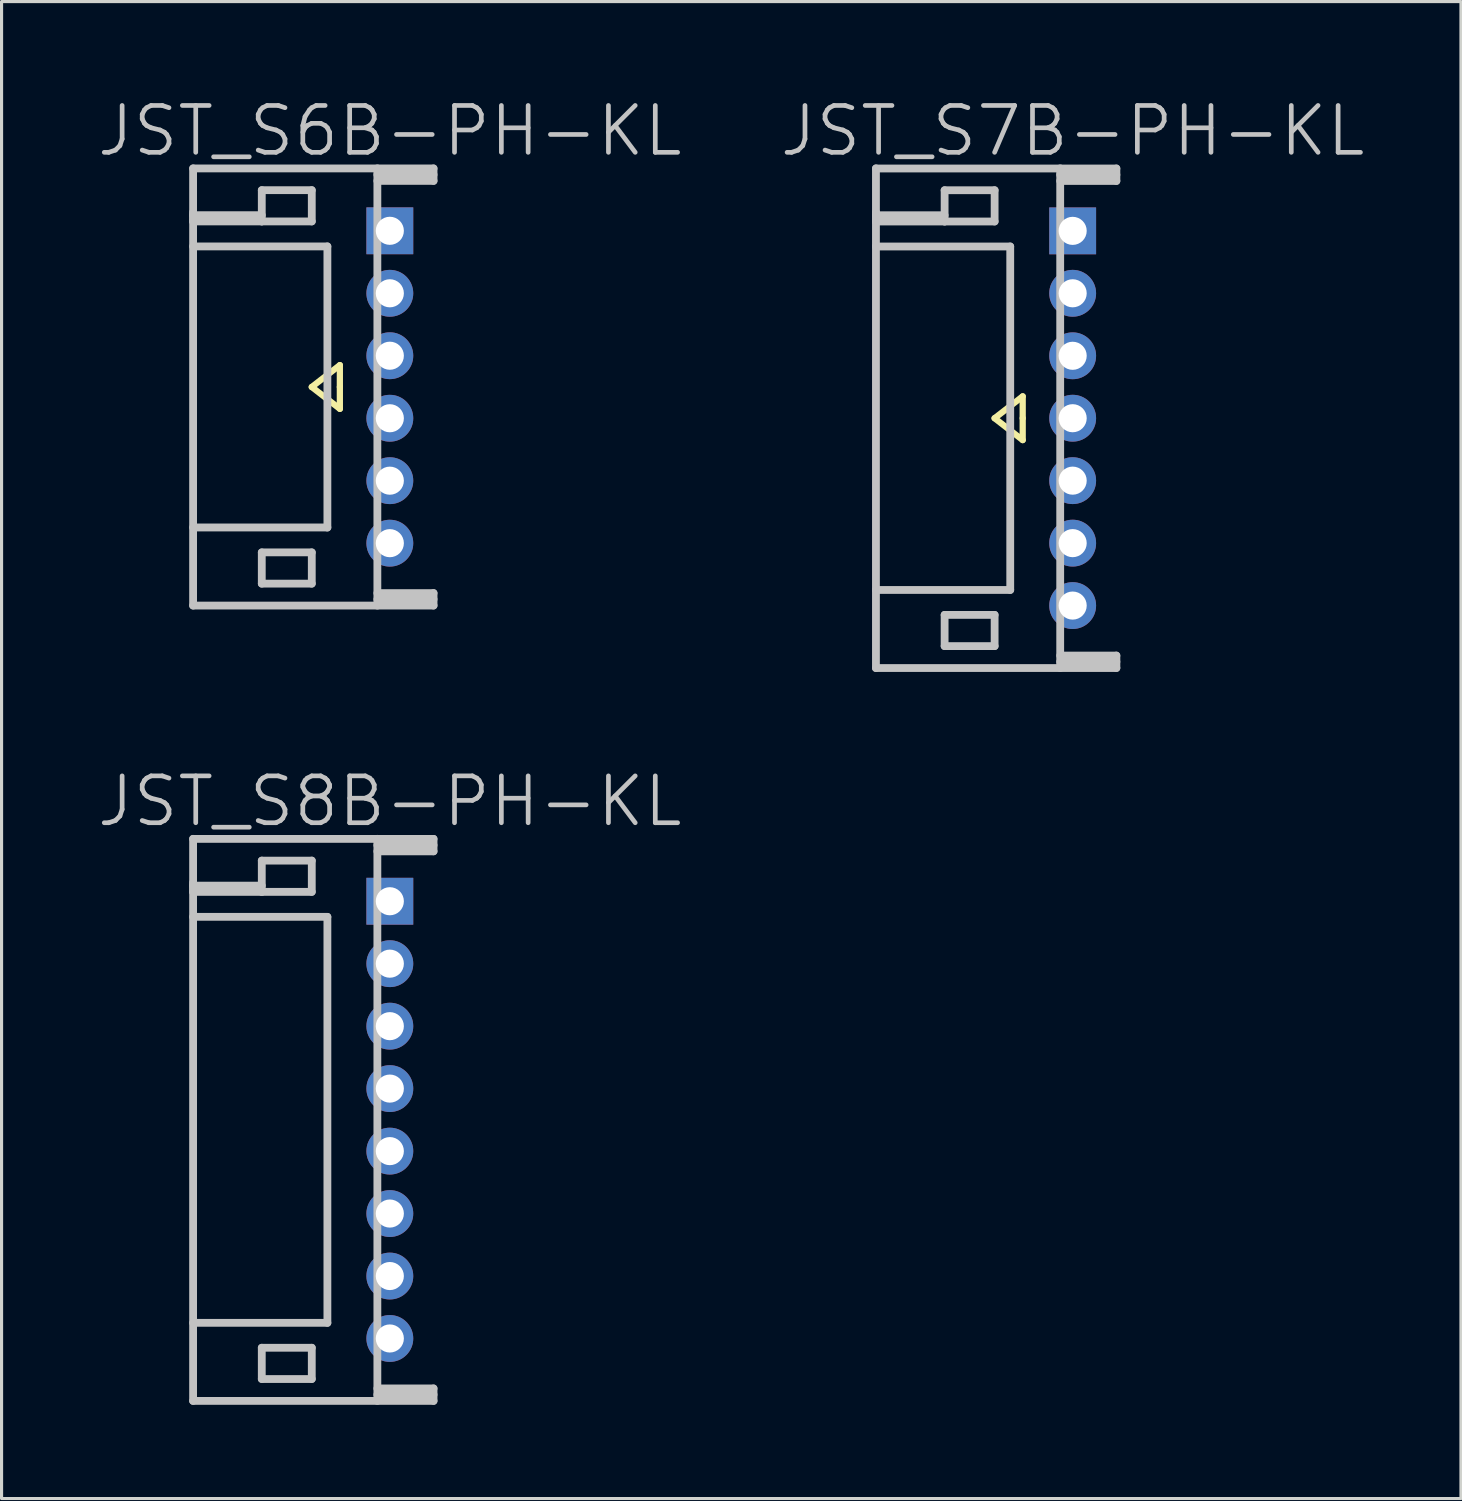
<source format=kicad_pcb>
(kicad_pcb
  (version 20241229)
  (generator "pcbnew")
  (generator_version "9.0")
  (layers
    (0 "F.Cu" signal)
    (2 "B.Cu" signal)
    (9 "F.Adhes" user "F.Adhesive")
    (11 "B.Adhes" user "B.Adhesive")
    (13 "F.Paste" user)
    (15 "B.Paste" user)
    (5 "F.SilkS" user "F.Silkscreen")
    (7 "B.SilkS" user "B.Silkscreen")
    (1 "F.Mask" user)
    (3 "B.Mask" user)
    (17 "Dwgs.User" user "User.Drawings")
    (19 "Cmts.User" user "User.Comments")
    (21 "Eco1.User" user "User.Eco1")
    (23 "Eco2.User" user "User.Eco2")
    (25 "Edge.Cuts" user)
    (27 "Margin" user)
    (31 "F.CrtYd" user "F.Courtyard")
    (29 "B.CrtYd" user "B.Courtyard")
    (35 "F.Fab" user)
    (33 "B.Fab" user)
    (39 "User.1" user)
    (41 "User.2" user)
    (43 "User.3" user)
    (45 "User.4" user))
  (footprint "JST_S7B-PH-KL"
    (layer "F.Cu")
    (at 31.296 10.341)
    (property "Reference" "JST_S7B-PH-KL" (at 0 -9.2 180) (layer "Dwgs.User") (effects (font (size 1.5 1.5) (thickness 0.15))))
    (attr through_hole)
    (fp_line (start -2.5 0) (end -1.6 0.7) (stroke (width 0.2) (type solid)) (layer "F.SilkS"))
    (fp_line (start -1.6 -0.7) (end -2.5 0) (stroke (width 0.2) (type solid)) (layer "F.SilkS"))
    (fp_line (start -1.6 0) (end -1.6 -0.7) (stroke (width 0.2) (type solid)) (layer "F.SilkS"))
    (fp_line (start -1.6 0.7) (end -1.6 0) (stroke (width 0.2) (type solid)) (layer "F.SilkS"))
    (fp_line (start -6.299 -6.499) (end -4.1 -6.499) (stroke (width 0.25) (type solid)) (layer "Dwgs.User"))
    (fp_line (start -6.299 -6.299) (end -6.299 -6.599) (stroke (width 0.25) (type solid)) (layer "Dwgs.User"))
    (fp_line (start -6.299 7.998) (end 1.4 7.998) (stroke (width 0.25) (type solid)) (layer "Dwgs.User"))
    (fp_line (start -6.299 8.001) (end -6.299 -8.001) (stroke (width 0.25) (type solid)) (layer "Dwgs.User"))
    (fp_line (start -4.1 -7.3) (end -2.499 -7.3) (stroke (width 0.25) (type solid)) (layer "Dwgs.User"))
    (fp_line (start -4.1 -6.299) (end -6.299 -6.299) (stroke (width 0.25) (type solid)) (layer "Dwgs.User"))
    (fp_line (start -4.1 -6.299) (end -4.1 -7.3) (stroke (width 0.25) (type solid)) (layer "Dwgs.User"))
    (fp_line (start -4.1 6.297) (end -2.499 6.297) (stroke (width 0.25) (type solid)) (layer "Dwgs.User"))
    (fp_line (start -4.1 7.297) (end -4.1 6.297) (stroke (width 0.25) (type solid)) (layer "Dwgs.User"))
    (fp_line (start -2.499 -7.3) (end -2.499 -6.299) (stroke (width 0.25) (type solid)) (layer "Dwgs.User"))
    (fp_line (start -2.499 -6.299) (end -4.1 -6.299) (stroke (width 0.25) (type solid)) (layer "Dwgs.User"))
    (fp_line (start -2.499 6.297) (end -2.499 7.297) (stroke (width 0.25) (type solid)) (layer "Dwgs.User"))
    (fp_line (start -2.499 7.297) (end -4.1 7.297) (stroke (width 0.25) (type solid)) (layer "Dwgs.User"))
    (fp_line (start -1.999 -5.499) (end -6.299 -5.499) (stroke (width 0.25) (type solid)) (layer "Dwgs.User"))
    (fp_line (start -1.999 -5.499) (end -1.999 5.499) (stroke (width 0.25) (type solid)) (layer "Dwgs.User"))
    (fp_line (start -1.999 5.499) (end -6.299 5.499) (stroke (width 0.25) (type solid)) (layer "Dwgs.User"))
    (fp_line (start -0.399 -8.001) (end -0.399 8.001) (stroke (width 0.25) (type solid)) (layer "Dwgs.User"))
    (fp_line (start -0.399 -7.597) (end 1.4 -7.597) (stroke (width 0.25) (type solid)) (layer "Dwgs.User"))
    (fp_line (start 1.4 -7.996) (end -6.299 -7.996) (stroke (width 0.25) (type solid)) (layer "Dwgs.User"))
    (fp_line (start 1.4 -7.795) (end -0.399 -7.795) (stroke (width 0.25) (type solid)) (layer "Dwgs.User"))
    (fp_line (start 1.4 -7.597) (end 1.4 -7.996) (stroke (width 0.25) (type solid)) (layer "Dwgs.User"))
    (fp_line (start 1.4 7.6) (end -0.399 7.6) (stroke (width 0.25) (type solid)) (layer "Dwgs.User"))
    (fp_line (start 1.4 7.798) (end -0.399 7.798) (stroke (width 0.25) (type solid)) (layer "Dwgs.User"))
    (fp_line (start 1.4 7.998) (end 1.4 7.6) (stroke (width 0.25) (type solid)) (layer "Dwgs.User"))
    (pad "1" thru_hole rect (at 0 -5.999) (size 1.5 1.5) (drill 0.9) (layers "*.Cu" "*.Mask"))
    (pad "2" thru_hole circle (at 0 -4 270) (size 1.5 1.5) (drill 0.9) (layers "*.Cu" "*.Mask"))
    (pad "3" thru_hole circle (at 0 -1.999 270) (size 1.5 1.5) (drill 0.9) (layers "*.Cu" "*.Mask"))
    (pad "4" thru_hole circle (at 0 0 270) (size 1.5 1.5) (drill 0.9) (layers "*.Cu" "*.Mask"))
    (pad "5" thru_hole circle (at 0 1.999 270) (size 1.5 1.5) (drill 0.9) (layers "*.Cu" "*.Mask"))
    (pad "6" thru_hole circle (at 0 4 270) (size 1.5 1.5) (drill 0.9) (layers "*.Cu" "*.Mask"))
    (pad "7" thru_hole circle (at 0 5.999 270) (size 1.5 1.5) (drill 0.9) (layers "*.Cu" "*.Mask")))
  (footprint "JST_S8B-PH-KL"
    (layer "F.Cu")
    (at 9.432 32.807)
    (property "Reference" "JST_S8B-PH-KL" (at 0 -10.2 180) (layer "Dwgs.User") (effects (font (size 1.5 1.5) (thickness 0.15))))
    (attr through_hole)
    (fp_line (start -6.299 -7.5) (end -4.1 -7.5) (stroke (width 0.25) (type solid)) (layer "Dwgs.User"))
    (fp_line (start -6.299 -7.3) (end -6.299 -7.6) (stroke (width 0.25) (type solid)) (layer "Dwgs.User"))
    (fp_line (start -6.299 8.999) (end -6.299 -8.999) (stroke (width 0.25) (type solid)) (layer "Dwgs.User"))
    (fp_line (start -6.299 8.999) (end 1.4 8.999) (stroke (width 0.25) (type solid)) (layer "Dwgs.User"))
    (fp_line (start -4.1 -8.301) (end -2.499 -8.301) (stroke (width 0.25) (type solid)) (layer "Dwgs.User"))
    (fp_line (start -4.1 -7.3) (end -6.299 -7.3) (stroke (width 0.25) (type solid)) (layer "Dwgs.User"))
    (fp_line (start -4.1 -7.3) (end -4.1 -8.301) (stroke (width 0.25) (type solid)) (layer "Dwgs.User"))
    (fp_line (start -4.1 7.297) (end -2.499 7.297) (stroke (width 0.25) (type solid)) (layer "Dwgs.User"))
    (fp_line (start -4.1 8.298) (end -4.1 7.297) (stroke (width 0.25) (type solid)) (layer "Dwgs.User"))
    (fp_line (start -2.499 -8.301) (end -2.499 -7.3) (stroke (width 0.25) (type solid)) (layer "Dwgs.User"))
    (fp_line (start -2.499 -7.3) (end -4.1 -7.3) (stroke (width 0.25) (type solid)) (layer "Dwgs.User"))
    (fp_line (start -2.499 7.297) (end -2.499 8.298) (stroke (width 0.25) (type solid)) (layer "Dwgs.User"))
    (fp_line (start -2.499 8.298) (end -4.1 8.298) (stroke (width 0.25) (type solid)) (layer "Dwgs.User"))
    (fp_line (start -1.999 -6.5) (end -6.299 -6.5) (stroke (width 0.25) (type solid)) (layer "Dwgs.User"))
    (fp_line (start -1.999 -6.5) (end -1.999 6.5) (stroke (width 0.25) (type solid)) (layer "Dwgs.User"))
    (fp_line (start -1.999 6.5) (end -6.299 6.5) (stroke (width 0.25) (type solid)) (layer "Dwgs.User"))
    (fp_line (start -0.399 -8.999) (end -0.399 8.999) (stroke (width 0.25) (type solid)) (layer "Dwgs.User"))
    (fp_line (start -0.399 -8.598) (end 1.4 -8.598) (stroke (width 0.25) (type solid)) (layer "Dwgs.User"))
    (fp_line (start 1.4 -8.997) (end -6.299 -8.997) (stroke (width 0.25) (type solid)) (layer "Dwgs.User"))
    (fp_line (start 1.4 -8.796) (end -0.399 -8.796) (stroke (width 0.25) (type solid)) (layer "Dwgs.User"))
    (fp_line (start 1.4 -8.598) (end 1.4 -8.997) (stroke (width 0.25) (type solid)) (layer "Dwgs.User"))
    (fp_line (start 1.4 8.6) (end -0.399 8.6) (stroke (width 0.25) (type solid)) (layer "Dwgs.User"))
    (fp_line (start 1.4 8.799) (end -0.399 8.799) (stroke (width 0.25) (type solid)) (layer "Dwgs.User"))
    (fp_line (start 1.4 8.999) (end 1.4 8.6) (stroke (width 0.25) (type solid)) (layer "Dwgs.User"))
    (pad "1" thru_hole rect (at 0 -7 270) (size 1.5 1.5) (drill 0.9) (layers "*.Cu" "*.Mask"))
    (pad "2" thru_hole circle (at 0 -5.001 270) (size 1.5 1.5) (drill 0.9) (layers "*.Cu" "*.Mask"))
    (pad "3" thru_hole circle (at 0 -3 270) (size 1.5 1.5) (drill 0.9) (layers "*.Cu" "*.Mask"))
    (pad "4" thru_hole circle (at 0 -1.001 270) (size 1.5 1.5) (drill 0.9) (layers "*.Cu" "*.Mask"))
    (pad "5" thru_hole circle (at 0 1.001 270) (size 1.5 1.5) (drill 0.9) (layers "*.Cu" "*.Mask"))
    (pad "6" thru_hole circle (at 0 3 270) (size 1.5 1.5) (drill 0.9) (layers "*.Cu" "*.Mask"))
    (pad "7" thru_hole circle (at 0 5.001 270) (size 1.5 1.5) (drill 0.9) (layers "*.Cu" "*.Mask"))
    (pad "8" thru_hole circle (at 0 7 270) (size 1.5 1.5) (drill 0.9) (layers "*.Cu" "*.Mask")))
  (footprint "JST_S6B-PH-KL"
    (layer "F.Cu")
    (at 9.432 9.341)
    (property "Reference" "JST_S6B-PH-KL" (at 0 -8.2 180) (layer "Dwgs.User") (effects (font (size 1.5 1.5) (thickness 0.15))))
    (attr through_hole)
    (fp_line (start -2.5 0) (end -1.6 0.7) (stroke (width 0.2) (type solid)) (layer "F.SilkS"))
    (fp_line (start -1.6 -0.7) (end -2.5 0) (stroke (width 0.2) (type solid)) (layer "F.SilkS"))
    (fp_line (start -1.6 0) (end -1.6 -0.7) (stroke (width 0.2) (type solid)) (layer "F.SilkS"))
    (fp_line (start -1.6 0.7) (end -1.6 0) (stroke (width 0.2) (type solid)) (layer "F.SilkS"))
    (fp_line (start -6.299 -7) (end -6.299 7) (stroke (width 0.25) (type solid)) (layer "Dwgs.User"))
    (fp_line (start -6.299 -5.501) (end -4.1 -5.501) (stroke (width 0.25) (type solid)) (layer "Dwgs.User"))
    (fp_line (start -6.299 -5.301) (end -6.299 -5.601) (stroke (width 0.25) (type solid)) (layer "Dwgs.User"))
    (fp_line (start -6.299 6.998) (end 1.4 6.998) (stroke (width 0.25) (type solid)) (layer "Dwgs.User"))
    (fp_line (start -4.1 -6.302) (end -2.499 -6.302) (stroke (width 0.25) (type solid)) (layer "Dwgs.User"))
    (fp_line (start -4.1 -5.301) (end -6.299 -5.301) (stroke (width 0.25) (type solid)) (layer "Dwgs.User"))
    (fp_line (start -4.1 -5.301) (end -4.1 -6.302) (stroke (width 0.25) (type solid)) (layer "Dwgs.User"))
    (fp_line (start -4.1 5.296) (end -2.499 5.296) (stroke (width 0.25) (type solid)) (layer "Dwgs.User"))
    (fp_line (start -4.1 6.297) (end -4.1 5.296) (stroke (width 0.25) (type solid)) (layer "Dwgs.User"))
    (fp_line (start -2.499 -6.302) (end -2.499 -5.301) (stroke (width 0.25) (type solid)) (layer "Dwgs.User"))
    (fp_line (start -2.499 -5.301) (end -4.1 -5.301) (stroke (width 0.25) (type solid)) (layer "Dwgs.User"))
    (fp_line (start -2.499 5.296) (end -2.499 6.297) (stroke (width 0.25) (type solid)) (layer "Dwgs.User"))
    (fp_line (start -2.499 6.297) (end -4.1 6.297) (stroke (width 0.25) (type solid)) (layer "Dwgs.User"))
    (fp_line (start -1.999 -4.501) (end -6.299 -4.501) (stroke (width 0.25) (type solid)) (layer "Dwgs.User"))
    (fp_line (start -1.999 -4.501) (end -1.999 4.501) (stroke (width 0.25) (type solid)) (layer "Dwgs.User"))
    (fp_line (start -1.999 4.498) (end -6.299 4.498) (stroke (width 0.25) (type solid)) (layer "Dwgs.User"))
    (fp_line (start -0.399 -6.599) (end 1.4 -6.599) (stroke (width 0.25) (type solid)) (layer "Dwgs.User"))
    (fp_line (start -0.399 7) (end -0.399 -7) (stroke (width 0.25) (type solid)) (layer "Dwgs.User"))
    (fp_line (start 1.4 -6.998) (end -6.299 -6.998) (stroke (width 0.25) (type solid)) (layer "Dwgs.User"))
    (fp_line (start 1.4 -6.797) (end -0.399 -6.797) (stroke (width 0.25) (type solid)) (layer "Dwgs.User"))
    (fp_line (start 1.4 -6.599) (end 1.4 -6.998) (stroke (width 0.25) (type solid)) (layer "Dwgs.User"))
    (fp_line (start 1.4 6.599) (end -0.399 6.599) (stroke (width 0.25) (type solid)) (layer "Dwgs.User"))
    (fp_line (start 1.4 6.797) (end -0.399 6.797) (stroke (width 0.25) (type solid)) (layer "Dwgs.User"))
    (fp_line (start 1.4 6.998) (end 1.4 6.599) (stroke (width 0.25) (type solid)) (layer "Dwgs.User"))
    (pad "1" thru_hole rect (at 0 -5.001) (size 1.5 1.5) (drill 0.9) (layers "*.Cu" "*.Mask"))
    (pad "2" thru_hole circle (at 0 -3 270) (size 1.5 1.5) (drill 0.9) (layers "*.Cu" "*.Mask"))
    (pad "3" thru_hole circle (at 0 -1.001 270) (size 1.5 1.5) (drill 0.9) (layers "*.Cu" "*.Mask"))
    (pad "4" thru_hole circle (at 0 1.001 270) (size 1.5 1.5) (drill 0.9) (layers "*.Cu" "*.Mask"))
    (pad "5" thru_hole circle (at 0 3 270) (size 1.5 1.5) (drill 0.9) (layers "*.Cu" "*.Mask"))
    (pad "6" thru_hole circle (at 0 5.001 270) (size 1.5 1.5) (drill 0.9) (layers "*.Cu" "*.Mask")))
  (gr_rect
    (start -3 -3)
    (end 43.729 44.932)
    (stroke (width 0.1) (type default))
    (fill no)
    (layer "Edge.Cuts")))
</source>
